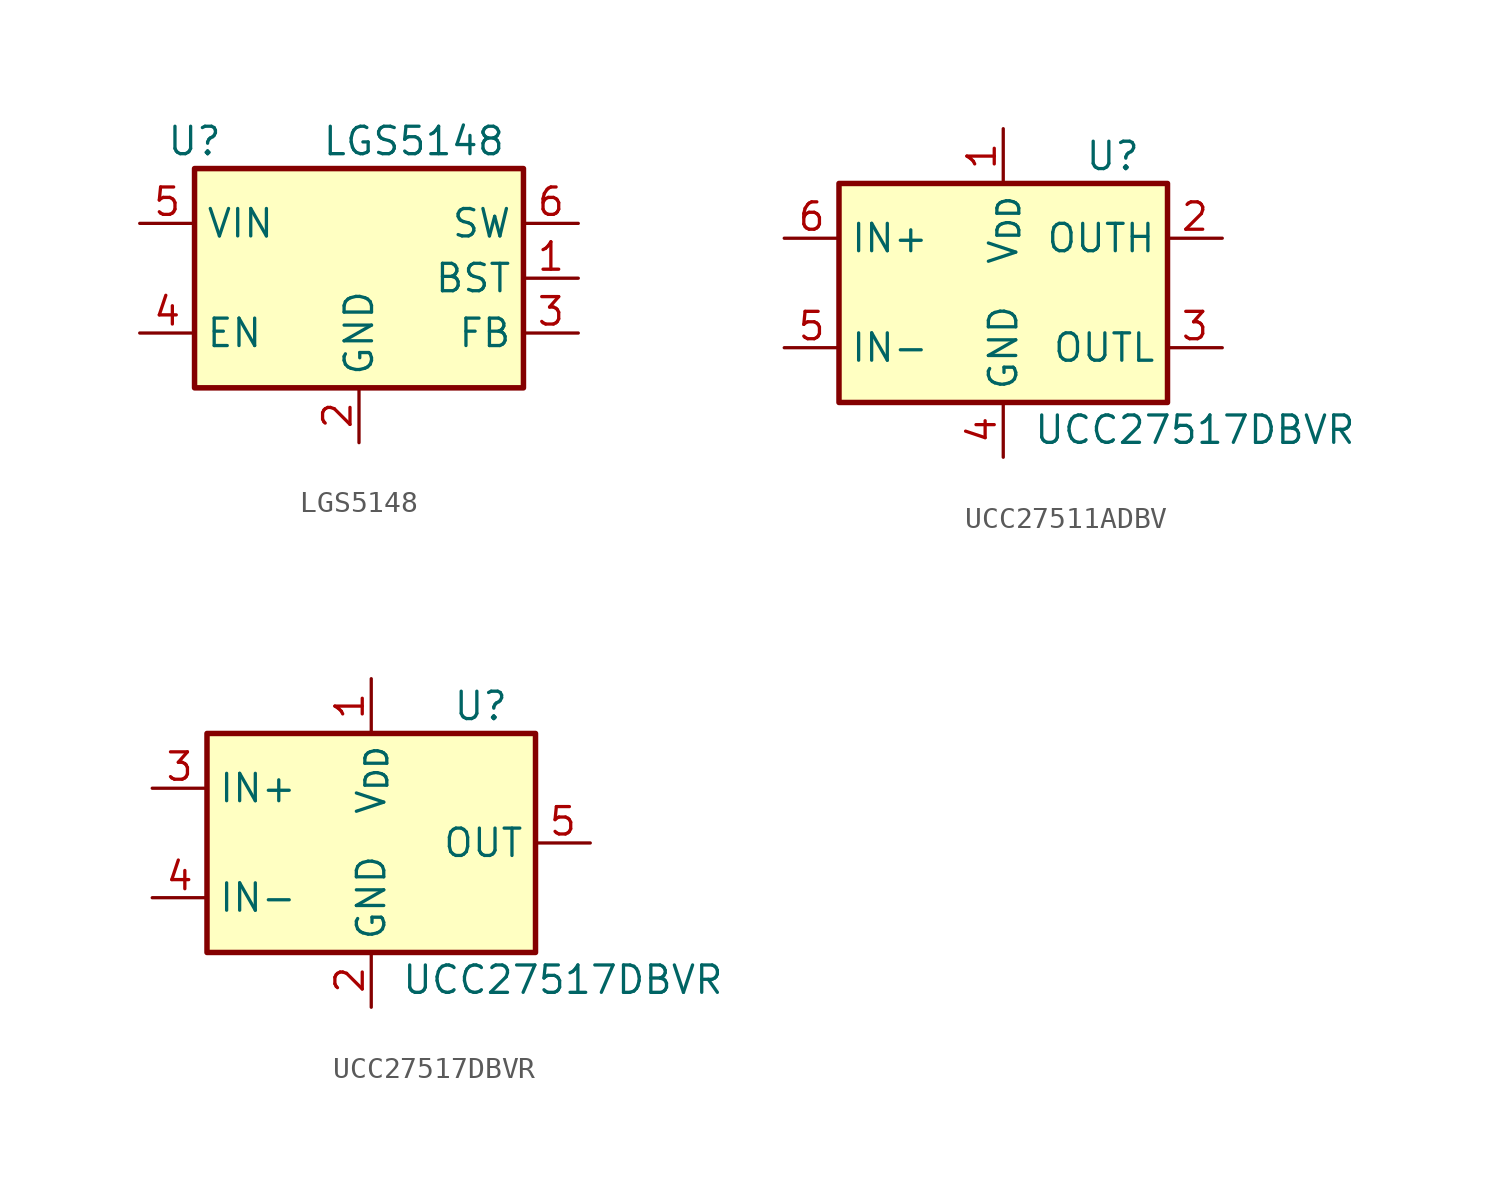
<source format=kicad_sym>
(kicad_symbol_lib
  (version 20231120)
  (generator "kicad_symbol_editor")
  (generator_version "8.0")
  (symbol "LGS5148"
    (property "Reference" "U"
      (at -7.62 6.35 0)
      (effects (font (size 1.27 1.27))))
    (property "Value" "LGS5148"
      (at 2.54 6.35 0)
      (effects (font (size 1.27 1.27))))
    (symbol "LGS5148_0_1"
      (rectangle (start -7.62 5.08) (end 7.62 -5.08) (stroke (width 0.254) (type default)) (fill (type background))))
    (symbol "LGS5148_1_1"
      (pin passive line (at 10.16 0 180) (length 2.54) (name "BST" (effects (font (size 1.27 1.27)))) (number "1" (effects (font (size 1.27 1.27)))))
      (pin power_in line (at 0 -7.62 90) (length 2.54) (name "GND" (effects (font (size 1.27 1.27)))) (number "2" (effects (font (size 1.27 1.27)))))
      (pin input line (at 10.16 -2.54 180) (length 2.54) (name "FB" (effects (font (size 1.27 1.27)))) (number "3" (effects (font (size 1.27 1.27)))))
      (pin input line (at -10.16 -2.54 0) (length 2.54) (name "EN" (effects (font (size 1.27 1.27)))) (number "4" (effects (font (size 1.27 1.27)))))
      (pin power_in line (at -10.16 2.54 0) (length 2.54) (name "VIN" (effects (font (size 1.27 1.27)))) (number "5" (effects (font (size 1.27 1.27)))))
      (pin output line (at 10.16 2.54 180) (length 2.54) (name "SW" (effects (font (size 1.27 1.27)))) (number "6" (effects (font (size 1.27 1.27)))))))
  (symbol "UCC27511ADBV"
    (property "Reference" "U"
      (at 5.08 6.35 0)
      (effects (font (size 1.27 1.27))))
    (property "Value" "UCC27517DBVR"
      (at 8.89 -6.35 0)
      (effects (font (size 1.27 1.27))))
    (symbol "UCC27511ADBV_0_1"
      (rectangle (start -7.62 5.08) (end 7.62 -5.08) (stroke (width 0.254) (type default)) (fill (type background))))
    (symbol "UCC27511ADBV_1_1"
      (pin power_in line (at 0 7.62 270) (length 2.54) (name "V_{DD}" (effects (font (size 1.27 1.27)))) (number "1" (effects (font (size 1.27 1.27)))))
      (pin output line (at 10.16 2.54 180) (length 2.54) (name "OUTH" (effects (font (size 1.27 1.27)))) (number "2" (effects (font (size 1.27 1.27)))))
      (pin output line (at 10.16 -2.54 180) (length 2.54) (name "OUTL" (effects (font (size 1.27 1.27)))) (number "3" (effects (font (size 1.27 1.27)))))
      (pin power_in line (at 0 -7.62 90) (length 2.54) (name "GND" (effects (font (size 1.27 1.27)))) (number "4" (effects (font (size 1.27 1.27)))))
      (pin input line (at -10.16 -2.54 0) (length 2.54) (name "IN-" (effects (font (size 1.27 1.27)))) (number "5" (effects (font (size 1.27 1.27)))))
      (pin input line (at -10.16 2.54 0) (length 2.54) (name "IN+" (effects (font (size 1.27 1.27)))) (number "6" (effects (font (size 1.27 1.27)))))))
  (symbol "UCC27517DBVR"
    (property "Reference" "U"
      (at 5.08 6.35 0)
      (effects (font (size 1.27 1.27))))
    (property "Value" "UCC27517DBVR"
      (at 8.89 -6.35 0)
      (effects (font (size 1.27 1.27))))
    (symbol "UCC27517DBVR_0_1"
      (rectangle (start -7.62 5.08) (end 7.62 -5.08) (stroke (width 0.254) (type default)) (fill (type background))))
    (symbol "UCC27517DBVR_1_1"
      (pin power_in line (at 0 7.62 270) (length 2.54) (name "V_{DD}" (effects (font (size 1.27 1.27)))) (number "1" (effects (font (size 1.27 1.27)))))
      (pin power_in line (at 0 -7.62 90) (length 2.54) (name "GND" (effects (font (size 1.27 1.27)))) (number "2" (effects (font (size 1.27 1.27)))))
      (pin input line (at -10.16 2.54 0) (length 2.54) (name "IN+" (effects (font (size 1.27 1.27)))) (number "3" (effects (font (size 1.27 1.27)))))
      (pin input line (at -10.16 -2.54 0) (length 2.54) (name "IN-" (effects (font (size 1.27 1.27)))) (number "4" (effects (font (size 1.27 1.27)))))
      (pin output line (at 10.16 0 180) (length 2.54) (name "OUT" (effects (font (size 1.27 1.27)))) (number "5" (effects (font (size 1.27 1.27))))))))
</source>
